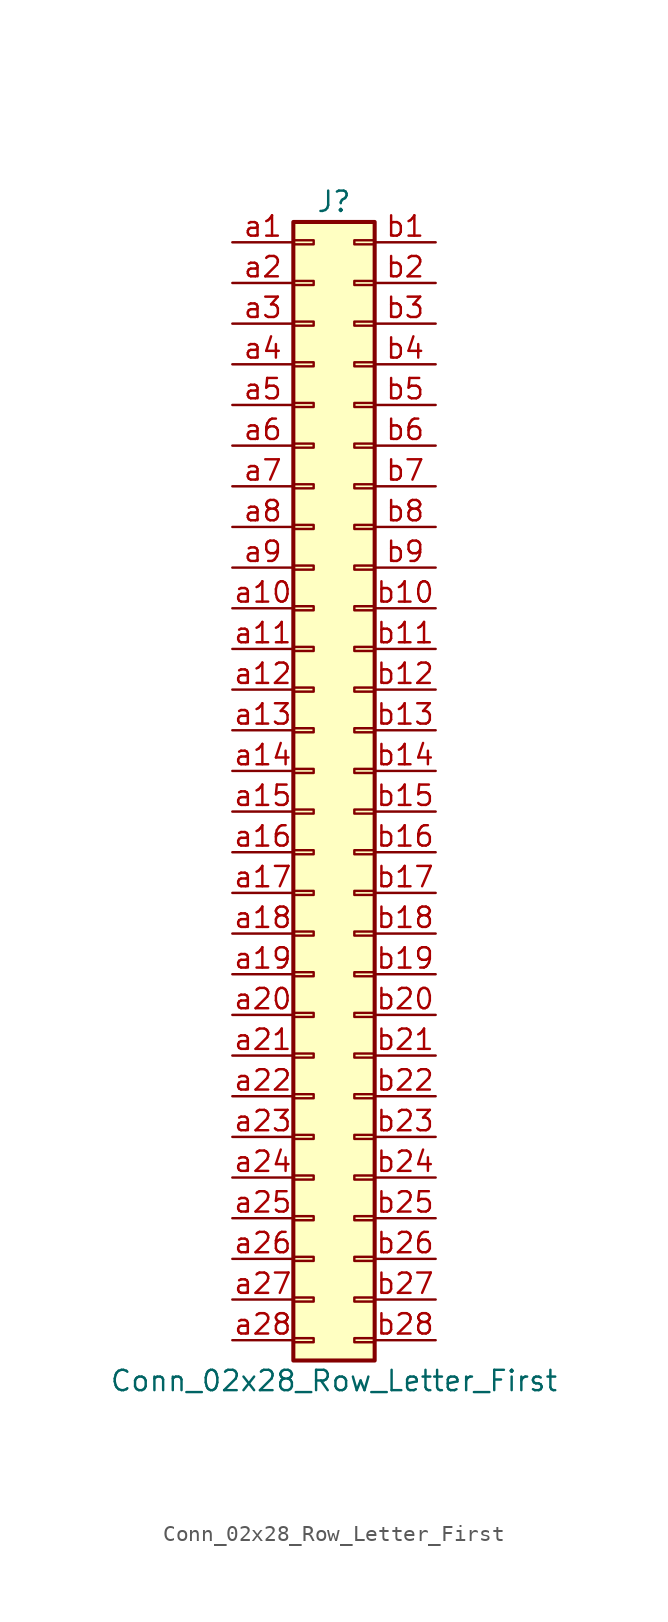
<source format=kicad_sym>
(kicad_symbol_lib
  (version 20201005)
  (generator kicad_symbol_editor)
  (symbol "Connector_Generic:Conn_02x28_Row_Letter_First"
    (pin_names
      (offset 1.016) hide)
    (property "Reference" "J"
      (at 1.27 35.56 0)
      (effects (font (size 1.27 1.27))))
    (property "Value" "Conn_02x28_Row_Letter_First"
      (at 1.27 -38.1 0)
      (effects (font (size 1.27 1.27))))
    (symbol "Conn_02x28_Row_Letter_First_1_1"
      (rectangle (start -1.27 -27.813) (end 0 -28.067) (stroke (width 0.152)) (fill (type none)))
      (rectangle (start -1.27 -30.353) (end 0 -30.607) (stroke (width 0.152)) (fill (type none)))
      (rectangle (start -1.27 -32.893) (end 0 -33.147) (stroke (width 0.152)) (fill (type none)))
      (rectangle (start -1.27 -35.433) (end 0 -35.687) (stroke (width 0.152)) (fill (type none)))
      (rectangle (start -1.27 -4.953) (end 0 -5.207) (stroke (width 0.152)) (fill (type none)))
      (rectangle (start -1.27 -7.493) (end 0 -7.747) (stroke (width 0.152)) (fill (type none)))
      (rectangle (start -1.27 -10.033) (end 0 -10.287) (stroke (width 0.152)) (fill (type none)))
      (rectangle (start -1.27 -12.573) (end 0 -12.827) (stroke (width 0.152)) (fill (type none)))
      (rectangle (start -1.27 -15.113) (end 0 -15.367) (stroke (width 0.152)) (fill (type none)))
      (rectangle (start -1.27 -17.653) (end 0 -17.907) (stroke (width 0.152)) (fill (type none)))
      (rectangle (start -1.27 -20.193) (end 0 -20.447) (stroke (width 0.152)) (fill (type none)))
      (rectangle (start -1.27 -22.733) (end 0 -22.987) (stroke (width 0.152)) (fill (type none)))
      (rectangle (start -1.27 -2.413) (end 0 -2.667) (stroke (width 0.152)) (fill (type none)))
      (rectangle (start -1.27 -25.273) (end 0 -25.527) (stroke (width 0.152)) (fill (type none)))
      (rectangle (start -1.27 25.527) (end 0 25.273) (stroke (width 0.152)) (fill (type none)))
      (rectangle (start -1.27 2.667) (end 0 2.413) (stroke (width 0.152)) (fill (type none)))
      (rectangle (start -1.27 28.067) (end 0 27.813) (stroke (width 0.152)) (fill (type none)))
      (rectangle (start -1.27 30.607) (end 0 30.353) (stroke (width 0.152)) (fill (type none)))
      (rectangle (start -1.27 33.147) (end 0 32.893) (stroke (width 0.152)) (fill (type none)))
      (rectangle (start -1.27 34.29) (end 3.81 -36.83) (stroke (width 0.254)) (fill (type background)))
      (rectangle (start -1.27 5.207) (end 0 4.953) (stroke (width 0.152)) (fill (type none)))
      (rectangle (start -1.27 7.747) (end 0 7.493) (stroke (width 0.152)) (fill (type none)))
      (rectangle (start -1.27 10.287) (end 0 10.033) (stroke (width 0.152)) (fill (type none)))
      (rectangle (start -1.27 0.127) (end 0 -0.127) (stroke (width 0.152)) (fill (type none)))
      (rectangle (start -1.27 12.827) (end 0 12.573) (stroke (width 0.152)) (fill (type none)))
      (rectangle (start -1.27 15.367) (end 0 15.113) (stroke (width 0.152)) (fill (type none)))
      (rectangle (start -1.27 17.907) (end 0 17.653) (stroke (width 0.152)) (fill (type none)))
      (rectangle (start -1.27 20.447) (end 0 20.193) (stroke (width 0.152)) (fill (type none)))
      (rectangle (start -1.27 22.987) (end 0 22.733) (stroke (width 0.152)) (fill (type none)))
      (rectangle (start 3.81 -27.813) (end 2.54 -28.067) (stroke (width 0.152)) (fill (type none)))
      (rectangle (start 3.81 -30.353) (end 2.54 -30.607) (stroke (width 0.152)) (fill (type none)))
      (rectangle (start 3.81 -32.893) (end 2.54 -33.147) (stroke (width 0.152)) (fill (type none)))
      (rectangle (start 3.81 -35.433) (end 2.54 -35.687) (stroke (width 0.152)) (fill (type none)))
      (rectangle (start 3.81 -4.953) (end 2.54 -5.207) (stroke (width 0.152)) (fill (type none)))
      (rectangle (start 3.81 -7.493) (end 2.54 -7.747) (stroke (width 0.152)) (fill (type none)))
      (rectangle (start 3.81 -10.033) (end 2.54 -10.287) (stroke (width 0.152)) (fill (type none)))
      (rectangle (start 3.81 -12.573) (end 2.54 -12.827) (stroke (width 0.152)) (fill (type none)))
      (rectangle (start 3.81 -15.113) (end 2.54 -15.367) (stroke (width 0.152)) (fill (type none)))
      (rectangle (start 3.81 -17.653) (end 2.54 -17.907) (stroke (width 0.152)) (fill (type none)))
      (rectangle (start 3.81 -20.193) (end 2.54 -20.447) (stroke (width 0.152)) (fill (type none)))
      (rectangle (start 3.81 -22.733) (end 2.54 -22.987) (stroke (width 0.152)) (fill (type none)))
      (rectangle (start 3.81 -2.413) (end 2.54 -2.667) (stroke (width 0.152)) (fill (type none)))
      (rectangle (start 3.81 -25.273) (end 2.54 -25.527) (stroke (width 0.152)) (fill (type none)))
      (rectangle (start 3.81 25.527) (end 2.54 25.273) (stroke (width 0.152)) (fill (type none)))
      (rectangle (start 3.81 2.667) (end 2.54 2.413) (stroke (width 0.152)) (fill (type none)))
      (rectangle (start 3.81 28.067) (end 2.54 27.813) (stroke (width 0.152)) (fill (type none)))
      (rectangle (start 3.81 30.607) (end 2.54 30.353) (stroke (width 0.152)) (fill (type none)))
      (rectangle (start 3.81 33.147) (end 2.54 32.893) (stroke (width 0.152)) (fill (type none)))
      (rectangle (start 3.81 5.207) (end 2.54 4.953) (stroke (width 0.152)) (fill (type none)))
      (rectangle (start 3.81 7.747) (end 2.54 7.493) (stroke (width 0.152)) (fill (type none)))
      (rectangle (start 3.81 10.287) (end 2.54 10.033) (stroke (width 0.152)) (fill (type none)))
      (rectangle (start 3.81 0.127) (end 2.54 -0.127) (stroke (width 0.152)) (fill (type none)))
      (rectangle (start 3.81 12.827) (end 2.54 12.573) (stroke (width 0.152)) (fill (type none)))
      (rectangle (start 3.81 15.367) (end 2.54 15.113) (stroke (width 0.152)) (fill (type none)))
      (rectangle (start 3.81 17.907) (end 2.54 17.653) (stroke (width 0.152)) (fill (type none)))
      (rectangle (start 3.81 20.447) (end 2.54 20.193) (stroke (width 0.152)) (fill (type none)))
      (rectangle (start 3.81 22.987) (end 2.54 22.733) (stroke (width 0.152)) (fill (type none)))
      (pin passive line (at -5.08 33.02 0) (length 3.81) (name "Pin_a1" (effects (font (size 1.27 1.27)))) (number "a1" (effects (font (size 1.27 1.27)))))
      (pin passive line (at -5.08 10.16 0) (length 3.81) (name "Pin_a10" (effects (font (size 1.27 1.27)))) (number "a10" (effects (font (size 1.27 1.27)))))
      (pin passive line (at -5.08 7.62 0) (length 3.81) (name "Pin_a11" (effects (font (size 1.27 1.27)))) (number "a11" (effects (font (size 1.27 1.27)))))
      (pin passive line (at -5.08 5.08 0) (length 3.81) (name "Pin_a12" (effects (font (size 1.27 1.27)))) (number "a12" (effects (font (size 1.27 1.27)))))
      (pin passive line (at -5.08 2.54 0) (length 3.81) (name "Pin_a13" (effects (font (size 1.27 1.27)))) (number "a13" (effects (font (size 1.27 1.27)))))
      (pin passive line (at -5.08 0 0) (length 3.81) (name "Pin_a14" (effects (font (size 1.27 1.27)))) (number "a14" (effects (font (size 1.27 1.27)))))
      (pin passive line (at -5.08 -2.54 0) (length 3.81) (name "Pin_a15" (effects (font (size 1.27 1.27)))) (number "a15" (effects (font (size 1.27 1.27)))))
      (pin passive line (at -5.08 -5.08 0) (length 3.81) (name "Pin_a16" (effects (font (size 1.27 1.27)))) (number "a16" (effects (font (size 1.27 1.27)))))
      (pin passive line (at -5.08 -7.62 0) (length 3.81) (name "Pin_a17" (effects (font (size 1.27 1.27)))) (number "a17" (effects (font (size 1.27 1.27)))))
      (pin passive line (at -5.08 -10.16 0) (length 3.81) (name "Pin_a18" (effects (font (size 1.27 1.27)))) (number "a18" (effects (font (size 1.27 1.27)))))
      (pin passive line (at -5.08 -12.7 0) (length 3.81) (name "Pin_a19" (effects (font (size 1.27 1.27)))) (number "a19" (effects (font (size 1.27 1.27)))))
      (pin passive line (at -5.08 30.48 0) (length 3.81) (name "Pin_a2" (effects (font (size 1.27 1.27)))) (number "a2" (effects (font (size 1.27 1.27)))))
      (pin passive line (at -5.08 -15.24 0) (length 3.81) (name "Pin_a20" (effects (font (size 1.27 1.27)))) (number "a20" (effects (font (size 1.27 1.27)))))
      (pin passive line (at -5.08 -17.78 0) (length 3.81) (name "Pin_a21" (effects (font (size 1.27 1.27)))) (number "a21" (effects (font (size 1.27 1.27)))))
      (pin passive line (at -5.08 -20.32 0) (length 3.81) (name "Pin_a22" (effects (font (size 1.27 1.27)))) (number "a22" (effects (font (size 1.27 1.27)))))
      (pin passive line (at -5.08 -22.86 0) (length 3.81) (name "Pin_a23" (effects (font (size 1.27 1.27)))) (number "a23" (effects (font (size 1.27 1.27)))))
      (pin passive line (at -5.08 -25.4 0) (length 3.81) (name "Pin_a24" (effects (font (size 1.27 1.27)))) (number "a24" (effects (font (size 1.27 1.27)))))
      (pin passive line (at -5.08 -27.94 0) (length 3.81) (name "Pin_a25" (effects (font (size 1.27 1.27)))) (number "a25" (effects (font (size 1.27 1.27)))))
      (pin passive line (at -5.08 -30.48 0) (length 3.81) (name "Pin_a26" (effects (font (size 1.27 1.27)))) (number "a26" (effects (font (size 1.27 1.27)))))
      (pin passive line (at -5.08 -33.02 0) (length 3.81) (name "Pin_a27" (effects (font (size 1.27 1.27)))) (number "a27" (effects (font (size 1.27 1.27)))))
      (pin passive line (at -5.08 -35.56 0) (length 3.81) (name "Pin_a28" (effects (font (size 1.27 1.27)))) (number "a28" (effects (font (size 1.27 1.27)))))
      (pin passive line (at -5.08 27.94 0) (length 3.81) (name "Pin_a3" (effects (font (size 1.27 1.27)))) (number "a3" (effects (font (size 1.27 1.27)))))
      (pin passive line (at -5.08 25.4 0) (length 3.81) (name "Pin_a4" (effects (font (size 1.27 1.27)))) (number "a4" (effects (font (size 1.27 1.27)))))
      (pin passive line (at -5.08 22.86 0) (length 3.81) (name "Pin_a5" (effects (font (size 1.27 1.27)))) (number "a5" (effects (font (size 1.27 1.27)))))
      (pin passive line (at -5.08 20.32 0) (length 3.81) (name "Pin_a6" (effects (font (size 1.27 1.27)))) (number "a6" (effects (font (size 1.27 1.27)))))
      (pin passive line (at -5.08 17.78 0) (length 3.81) (name "Pin_a7" (effects (font (size 1.27 1.27)))) (number "a7" (effects (font (size 1.27 1.27)))))
      (pin passive line (at -5.08 15.24 0) (length 3.81) (name "Pin_a8" (effects (font (size 1.27 1.27)))) (number "a8" (effects (font (size 1.27 1.27)))))
      (pin passive line (at -5.08 12.7 0) (length 3.81) (name "Pin_a9" (effects (font (size 1.27 1.27)))) (number "a9" (effects (font (size 1.27 1.27)))))
      (pin passive line (at 7.62 33.02 180) (length 3.81) (name "Pin_b1" (effects (font (size 1.27 1.27)))) (number "b1" (effects (font (size 1.27 1.27)))))
      (pin passive line (at 7.62 10.16 180) (length 3.81) (name "Pin_b10" (effects (font (size 1.27 1.27)))) (number "b10" (effects (font (size 1.27 1.27)))))
      (pin passive line (at 7.62 7.62 180) (length 3.81) (name "Pin_b11" (effects (font (size 1.27 1.27)))) (number "b11" (effects (font (size 1.27 1.27)))))
      (pin passive line (at 7.62 5.08 180) (length 3.81) (name "Pin_b12" (effects (font (size 1.27 1.27)))) (number "b12" (effects (font (size 1.27 1.27)))))
      (pin passive line (at 7.62 2.54 180) (length 3.81) (name "Pin_b13" (effects (font (size 1.27 1.27)))) (number "b13" (effects (font (size 1.27 1.27)))))
      (pin passive line (at 7.62 0 180) (length 3.81) (name "Pin_b14" (effects (font (size 1.27 1.27)))) (number "b14" (effects (font (size 1.27 1.27)))))
      (pin passive line (at 7.62 -2.54 180) (length 3.81) (name "Pin_b15" (effects (font (size 1.27 1.27)))) (number "b15" (effects (font (size 1.27 1.27)))))
      (pin passive line (at 7.62 -5.08 180) (length 3.81) (name "Pin_b16" (effects (font (size 1.27 1.27)))) (number "b16" (effects (font (size 1.27 1.27)))))
      (pin passive line (at 7.62 -7.62 180) (length 3.81) (name "Pin_b17" (effects (font (size 1.27 1.27)))) (number "b17" (effects (font (size 1.27 1.27)))))
      (pin passive line (at 7.62 -10.16 180) (length 3.81) (name "Pin_b18" (effects (font (size 1.27 1.27)))) (number "b18" (effects (font (size 1.27 1.27)))))
      (pin passive line (at 7.62 -12.7 180) (length 3.81) (name "Pin_b19" (effects (font (size 1.27 1.27)))) (number "b19" (effects (font (size 1.27 1.27)))))
      (pin passive line (at 7.62 30.48 180) (length 3.81) (name "Pin_b2" (effects (font (size 1.27 1.27)))) (number "b2" (effects (font (size 1.27 1.27)))))
      (pin passive line (at 7.62 -15.24 180) (length 3.81) (name "Pin_b20" (effects (font (size 1.27 1.27)))) (number "b20" (effects (font (size 1.27 1.27)))))
      (pin passive line (at 7.62 -17.78 180) (length 3.81) (name "Pin_b21" (effects (font (size 1.27 1.27)))) (number "b21" (effects (font (size 1.27 1.27)))))
      (pin passive line (at 7.62 -20.32 180) (length 3.81) (name "Pin_b22" (effects (font (size 1.27 1.27)))) (number "b22" (effects (font (size 1.27 1.27)))))
      (pin passive line (at 7.62 -22.86 180) (length 3.81) (name "Pin_b23" (effects (font (size 1.27 1.27)))) (number "b23" (effects (font (size 1.27 1.27)))))
      (pin passive line (at 7.62 -25.4 180) (length 3.81) (name "Pin_b24" (effects (font (size 1.27 1.27)))) (number "b24" (effects (font (size 1.27 1.27)))))
      (pin passive line (at 7.62 -27.94 180) (length 3.81) (name "Pin_b25" (effects (font (size 1.27 1.27)))) (number "b25" (effects (font (size 1.27 1.27)))))
      (pin passive line (at 7.62 -30.48 180) (length 3.81) (name "Pin_b26" (effects (font (size 1.27 1.27)))) (number "b26" (effects (font (size 1.27 1.27)))))
      (pin passive line (at 7.62 -33.02 180) (length 3.81) (name "Pin_b27" (effects (font (size 1.27 1.27)))) (number "b27" (effects (font (size 1.27 1.27)))))
      (pin passive line (at 7.62 -35.56 180) (length 3.81) (name "Pin_b28" (effects (font (size 1.27 1.27)))) (number "b28" (effects (font (size 1.27 1.27)))))
      (pin passive line (at 7.62 27.94 180) (length 3.81) (name "Pin_b3" (effects (font (size 1.27 1.27)))) (number "b3" (effects (font (size 1.27 1.27)))))
      (pin passive line (at 7.62 25.4 180) (length 3.81) (name "Pin_b4" (effects (font (size 1.27 1.27)))) (number "b4" (effects (font (size 1.27 1.27)))))
      (pin passive line (at 7.62 22.86 180) (length 3.81) (name "Pin_b5" (effects (font (size 1.27 1.27)))) (number "b5" (effects (font (size 1.27 1.27)))))
      (pin passive line (at 7.62 20.32 180) (length 3.81) (name "Pin_b6" (effects (font (size 1.27 1.27)))) (number "b6" (effects (font (size 1.27 1.27)))))
      (pin passive line (at 7.62 17.78 180) (length 3.81) (name "Pin_b7" (effects (font (size 1.27 1.27)))) (number "b7" (effects (font (size 1.27 1.27)))))
      (pin passive line (at 7.62 15.24 180) (length 3.81) (name "Pin_b8" (effects (font (size 1.27 1.27)))) (number "b8" (effects (font (size 1.27 1.27)))))
      (pin passive line (at 7.62 12.7 180) (length 3.81) (name "Pin_b9" (effects (font (size 1.27 1.27)))) (number "b9" (effects (font (size 1.27 1.27))))))))
</source>
